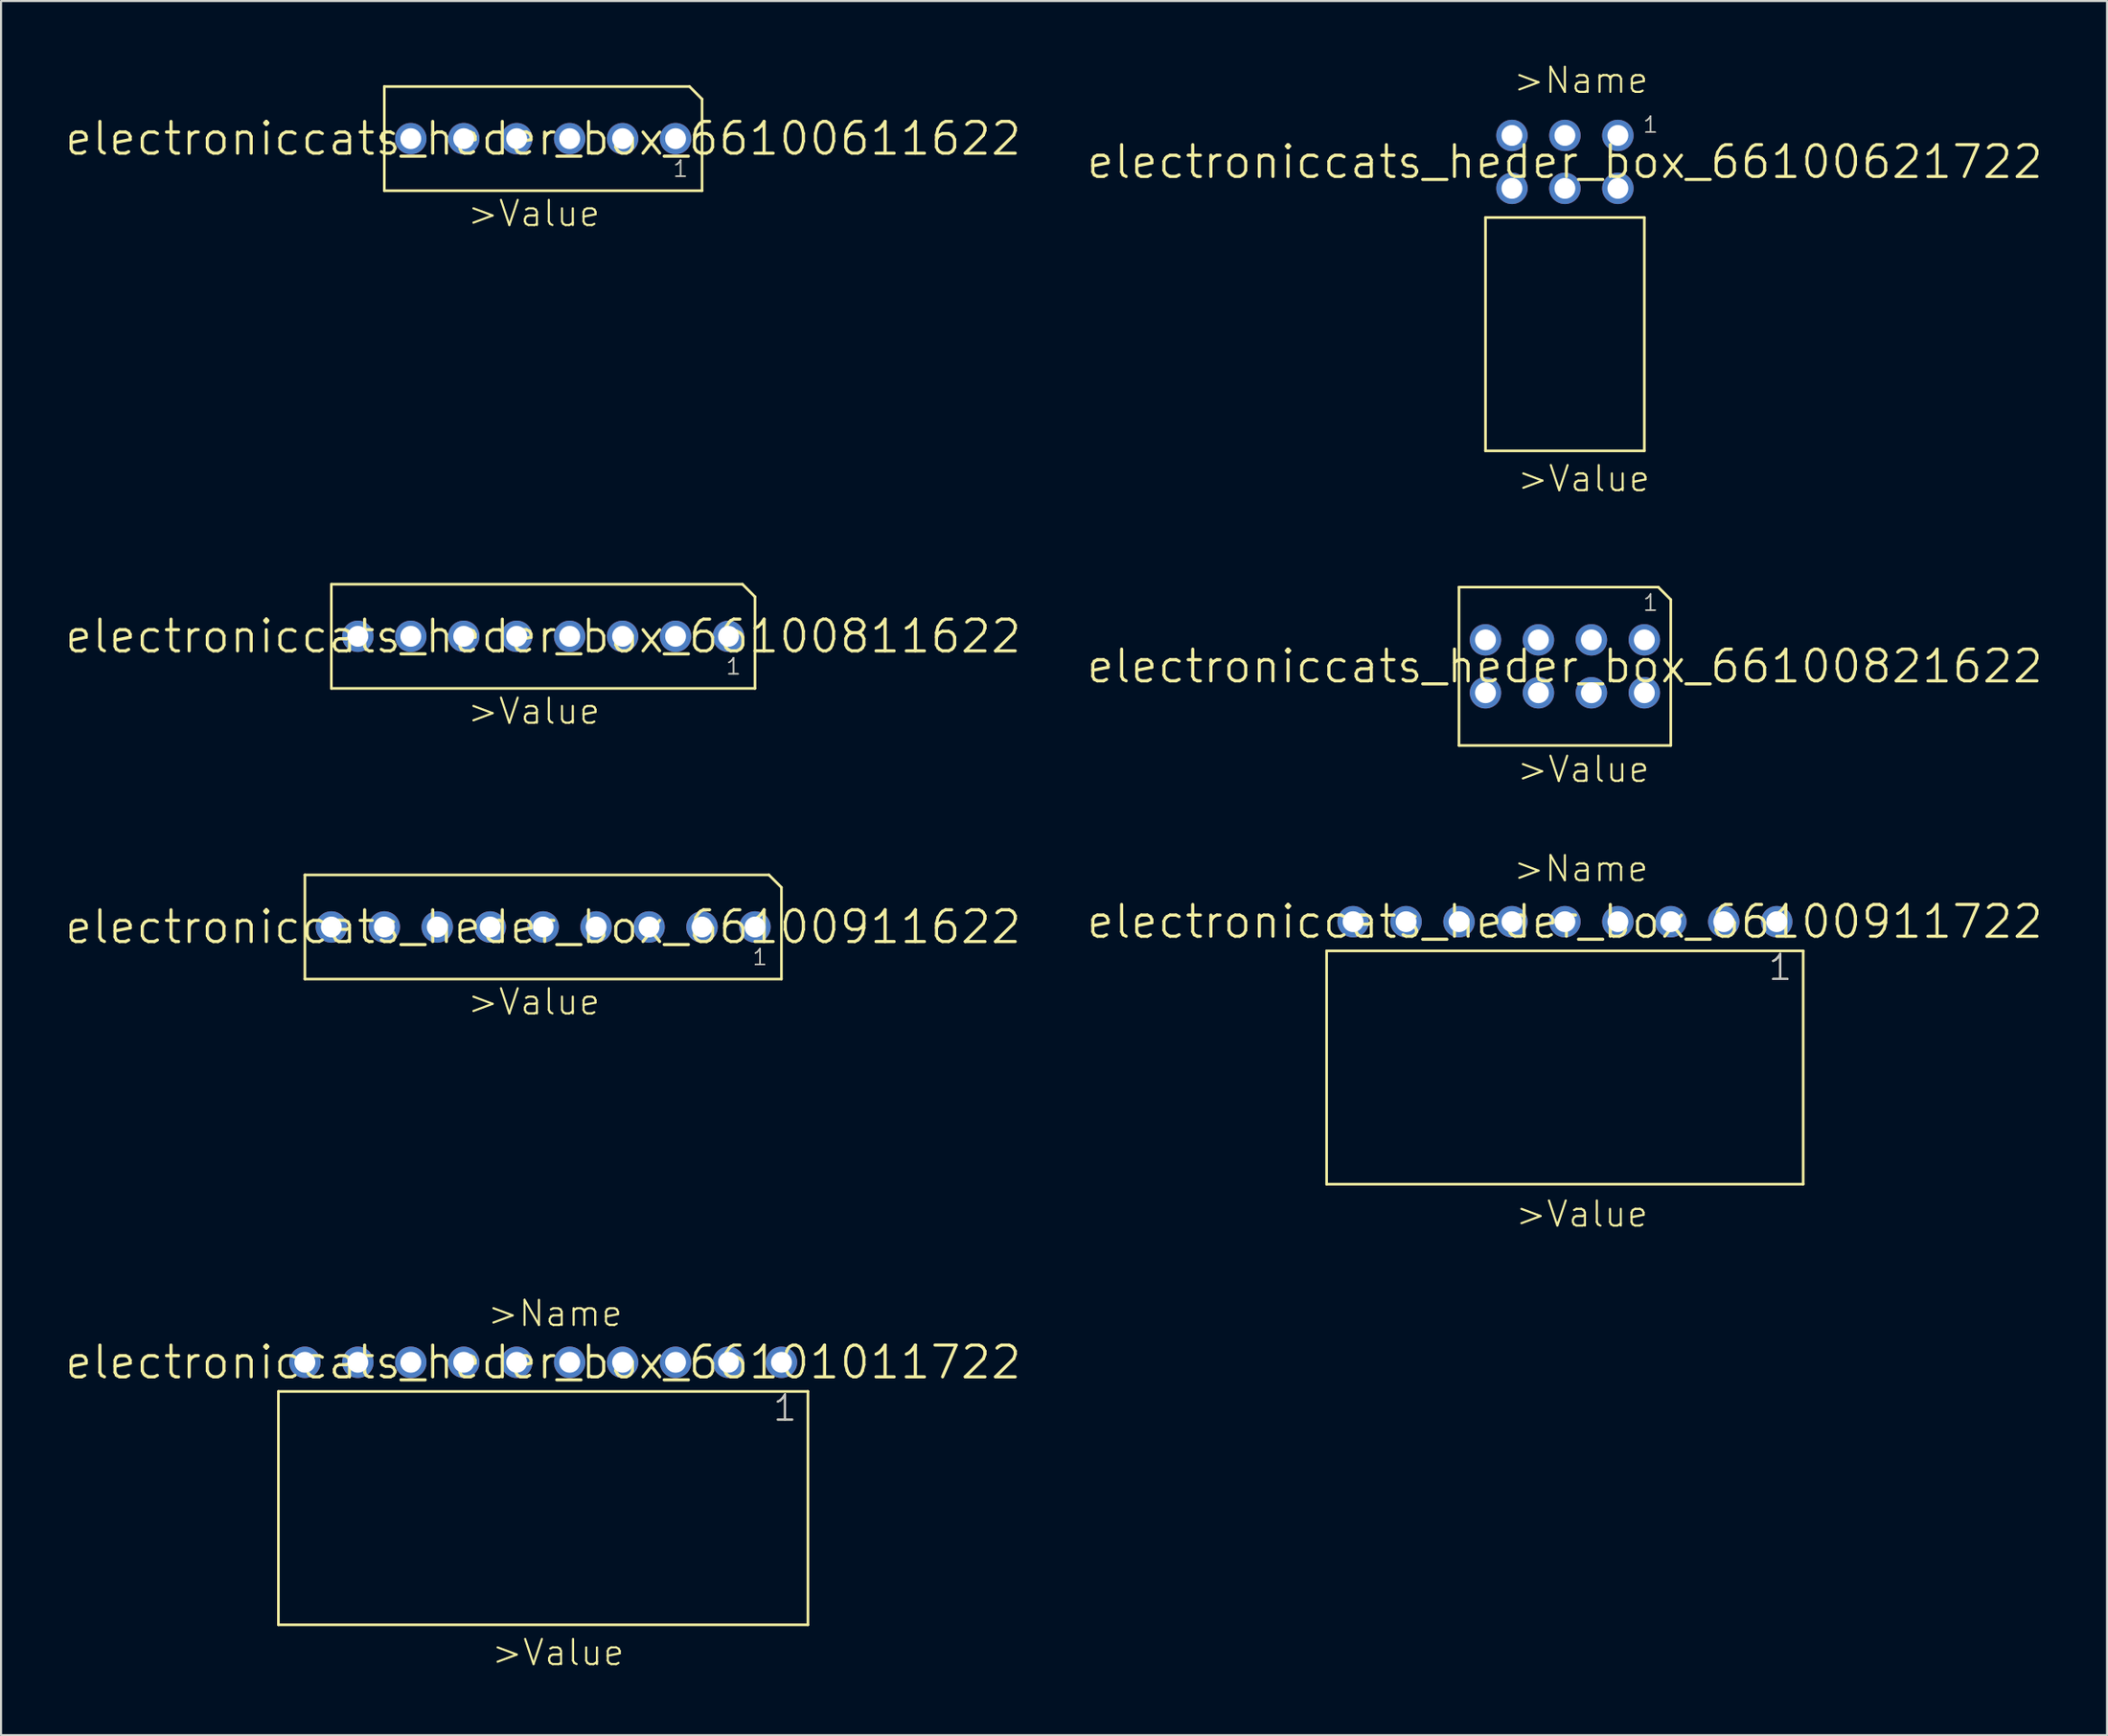
<source format=kicad_pcb>
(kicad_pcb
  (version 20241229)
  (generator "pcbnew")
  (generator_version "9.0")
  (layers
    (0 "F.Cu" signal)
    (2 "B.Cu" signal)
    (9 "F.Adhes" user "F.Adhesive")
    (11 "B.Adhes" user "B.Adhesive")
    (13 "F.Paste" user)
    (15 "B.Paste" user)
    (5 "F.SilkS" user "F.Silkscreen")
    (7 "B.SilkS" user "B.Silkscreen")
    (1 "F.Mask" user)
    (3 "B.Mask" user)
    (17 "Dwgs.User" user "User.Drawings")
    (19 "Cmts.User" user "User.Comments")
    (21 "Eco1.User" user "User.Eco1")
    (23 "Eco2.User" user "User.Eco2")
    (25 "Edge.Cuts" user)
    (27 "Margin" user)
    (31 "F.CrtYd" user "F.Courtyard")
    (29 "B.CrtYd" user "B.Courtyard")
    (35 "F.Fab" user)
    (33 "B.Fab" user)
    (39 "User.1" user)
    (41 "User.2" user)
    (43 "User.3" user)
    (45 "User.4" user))
  (footprint "electroniccats_heder_box_66100621722"
    (layer "F.Cu")
    (at 72.016 4.721)
    (property "Reference" "electroniccats_heder_box_66100621722" (at 0 0 0) (layer "F.SilkS") (effects (font (size 1.524 1.524) (thickness 0.15))))
    (attr through_hole)
    (fp_line (start -3.81 2.67) (end -3.81 13.87) (stroke (width 0.127) (type solid)) (layer "F.SilkS"))
    (fp_line (start -3.81 2.67) (end 3.81 2.67) (stroke (width 0.127) (type solid)) (layer "F.SilkS"))
    (fp_line (start -3.81 13.87) (end 3.81 13.87) (stroke (width 0.127) (type solid)) (layer "F.SilkS"))
    (fp_line (start 3.81 2.67) (end 3.81 13.87) (stroke (width 0.127) (type solid)) (layer "F.SilkS"))
    (fp_text user ">Name" (at -2.54 -3.21 0) (layer "F.SilkS") (effects (font (size 1.206 1.206) (thickness 0.102)) (justify left bottom)))
    (fp_text user ">Value" (at -2.35 15.91 0) (layer "F.SilkS") (effects (font (size 1.206 1.206) (thickness 0.102)) (justify left bottom)))
    (fp_text user "1" (at 3.7 -1.33 0) (layer "F.SilkS") (effects (font (size 0.772 0.772) (thickness 0.065)) (justify left bottom)))
    (fp_text user "1" (at 3.7 -1.33 0) (layer "Dwgs.User") (effects (font (size 0.772 0.772) (thickness 0.065)) (justify left bottom)))
    (pad "1" thru_hole circle (at 2.54 -1.27 180) (size 1.508 1.508) (drill 1) (layers "*.Cu" "*.Mask"))
    (pad "2" thru_hole circle (at 0 -1.27 180) (size 1.508 1.508) (drill 1) (layers "*.Cu" "*.Mask"))
    (pad "3" thru_hole circle (at -2.54 -1.27 180) (size 1.508 1.508) (drill 1) (layers "*.Cu" "*.Mask"))
    (pad "4" thru_hole circle (at -2.54 1.27 180) (size 1.508 1.508) (drill 1) (layers "*.Cu" "*.Mask"))
    (pad "5" thru_hole circle (at 0 1.27 180) (size 1.508 1.508) (drill 1) (layers "*.Cu" "*.Mask"))
    (pad "6" thru_hole circle (at 2.54 1.27 180) (size 1.508 1.508) (drill 1) (layers "*.Cu" "*.Mask")))
  (footprint "electroniccats_heder_box_66101011722"
    (layer "F.Cu")
    (at 23.005 62.339)
    (property "Reference" "electroniccats_heder_box_66101011722" (at 0 0 0) (layer "F.SilkS") (effects (font (size 1.524 1.524) (thickness 0.15))))
    (attr through_hole)
    (fp_line (start -12.7 1.4) (end -12.7 12.6) (stroke (width 0.127) (type solid)) (layer "F.SilkS"))
    (fp_line (start -12.7 1.4) (end 12.7 1.4) (stroke (width 0.127) (type solid)) (layer "F.SilkS"))
    (fp_line (start -12.7 12.6) (end 12.7 12.6) (stroke (width 0.127) (type solid)) (layer "F.SilkS"))
    (fp_line (start 12.7 1.4) (end 12.7 12.6) (stroke (width 0.127) (type solid)) (layer "F.SilkS"))
    (fp_text user "1" (at 10.96 2.9 0) (layer "F.SilkS") (effects (font (size 1.206 1.206) (thickness 0.102)) (justify left bottom)))
    (fp_text user ">Value" (at -2.54 14.64 0) (layer "F.SilkS") (effects (font (size 1.206 1.206) (thickness 0.102)) (justify left bottom)))
    (fp_text user ">Name" (at -2.74 -1.64 0) (layer "F.SilkS") (effects (font (size 1.206 1.206) (thickness 0.102)) (justify left bottom)))
    (fp_text user "1" (at 10.96 2.9 0) (layer "Dwgs.User") (effects (font (size 1.206 1.206) (thickness 0.102)) (justify left bottom)))
    (pad "1" thru_hole circle (at 11.43 0 180) (size 1.508 1.508) (drill 1) (layers "*.Cu" "*.Mask"))
    (pad "2" thru_hole circle (at 8.89 0 180) (size 1.508 1.508) (drill 1) (layers "*.Cu" "*.Mask"))
    (pad "3" thru_hole circle (at 6.35 0 180) (size 1.508 1.508) (drill 1) (layers "*.Cu" "*.Mask"))
    (pad "4" thru_hole circle (at 3.81 0 180) (size 1.508 1.508) (drill 1) (layers "*.Cu" "*.Mask"))
    (pad "5" thru_hole circle (at 1.27 0 180) (size 1.508 1.508) (drill 1) (layers "*.Cu" "*.Mask"))
    (pad "6" thru_hole circle (at -1.27 0 180) (size 1.508 1.508) (drill 1) (layers "*.Cu" "*.Mask"))
    (pad "7" thru_hole circle (at -3.81 0 180) (size 1.508 1.508) (drill 1) (layers "*.Cu" "*.Mask"))
    (pad "8" thru_hole circle (at -6.35 0 180) (size 1.508 1.508) (drill 1) (layers "*.Cu" "*.Mask"))
    (pad "9" thru_hole circle (at -8.89 0 180) (size 1.508 1.508) (drill 1) (layers "*.Cu" "*.Mask"))
    (pad "10" thru_hole circle (at -11.43 0 180) (size 1.508 1.508) (drill 1) (layers "*.Cu" "*.Mask")))
  (footprint "electroniccats_heder_box_66100911722"
    (layer "F.Cu")
    (at 72.016 41.191)
    (property "Reference" "electroniccats_heder_box_66100911722" (at 0 0 0) (layer "F.SilkS") (effects (font (size 1.524 1.524) (thickness 0.15))))
    (attr through_hole)
    (fp_line (start -11.43 1.4) (end -11.43 12.6) (stroke (width 0.127) (type solid)) (layer "F.SilkS"))
    (fp_line (start -11.43 1.4) (end 11.43 1.4) (stroke (width 0.127) (type solid)) (layer "F.SilkS"))
    (fp_line (start -11.43 12.6) (end 11.43 12.6) (stroke (width 0.127) (type solid)) (layer "F.SilkS"))
    (fp_line (start 11.43 1.4) (end 11.43 12.6) (stroke (width 0.127) (type solid)) (layer "F.SilkS"))
    (fp_text user "1" (at 9.69 2.9 0) (layer "F.SilkS") (effects (font (size 1.206 1.206) (thickness 0.102)) (justify left bottom)))
    (fp_text user ">Name" (at -2.54 -1.84 0) (layer "F.SilkS") (effects (font (size 1.206 1.206) (thickness 0.102)) (justify left bottom)))
    (fp_text user ">Value" (at -2.44 14.74 0) (layer "F.SilkS") (effects (font (size 1.206 1.206) (thickness 0.102)) (justify left bottom)))
    (fp_text user "1" (at 9.69 2.9 0) (layer "Dwgs.User") (effects (font (size 1.206 1.206) (thickness 0.102)) (justify left bottom)))
    (pad "1" thru_hole circle (at 10.16 0 180) (size 1.508 1.508) (drill 1) (layers "*.Cu" "*.Mask"))
    (pad "2" thru_hole circle (at 7.62 0 180) (size 1.508 1.508) (drill 1) (layers "*.Cu" "*.Mask"))
    (pad "3" thru_hole circle (at 5.08 0 180) (size 1.508 1.508) (drill 1) (layers "*.Cu" "*.Mask"))
    (pad "4" thru_hole circle (at 2.54 0 180) (size 1.508 1.508) (drill 1) (layers "*.Cu" "*.Mask"))
    (pad "5" thru_hole circle (at 0 0 180) (size 1.508 1.508) (drill 1) (layers "*.Cu" "*.Mask"))
    (pad "6" thru_hole circle (at -2.54 0 180) (size 1.508 1.508) (drill 1) (layers "*.Cu" "*.Mask"))
    (pad "7" thru_hole circle (at -5.08 0 180) (size 1.508 1.508) (drill 1) (layers "*.Cu" "*.Mask"))
    (pad "8" thru_hole circle (at -7.62 0 180) (size 1.508 1.508) (drill 1) (layers "*.Cu" "*.Mask"))
    (pad "9" thru_hole circle (at -10.16 0 180) (size 1.508 1.508) (drill 1) (layers "*.Cu" "*.Mask")))
  (footprint "electroniccats_heder_box_66100611622"
    (layer "F.Cu")
    (at 23.005 3.605)
    (property "Reference" "electroniccats_heder_box_66100611622" (at 0 0 0) (layer "F.SilkS") (effects (font (size 1.524 1.524) (thickness 0.15))))
    (attr through_hole)
    (fp_line (start -7.62 -2.5) (end -7.62 2.5) (stroke (width 0.127) (type solid)) (layer "F.SilkS"))
    (fp_line (start -7.62 -2.5) (end 7.02 -2.5) (stroke (width 0.127) (type solid)) (layer "F.SilkS"))
    (fp_line (start -7.62 2.5) (end 7.62 2.5) (stroke (width 0.127) (type solid)) (layer "F.SilkS"))
    (fp_line (start 7.02 -2.5) (end 7.62 -1.9) (stroke (width 0.127) (type solid)) (layer "F.SilkS"))
    (fp_line (start 7.62 -1.9) (end 7.62 2.5) (stroke (width 0.127) (type solid)) (layer "F.SilkS"))
    (fp_text user "" (at -3.8 -3.3 0) (layer "F.SilkS") (effects (font (size 1.206 1.206) (thickness 0.102)) (justify left bottom)))
    (fp_text user "1" (at 6.18 1.9 0) (layer "F.SilkS") (effects (font (size 0.772 0.772) (thickness 0.065)) (justify left bottom)))
    (fp_text user ">Value" (at -3.7 4.3 0) (layer "F.SilkS") (effects (font (size 1.206 1.206) (thickness 0.102)) (justify left bottom)))
    (fp_text user "1" (at 6.18 1.9 0) (layer "Dwgs.User") (effects (font (size 0.772 0.772) (thickness 0.065)) (justify left bottom)))
    (pad "1" thru_hole circle (at 6.35 0 180) (size 1.508 1.508) (drill 1) (layers "*.Cu" "*.Mask"))
    (pad "2" thru_hole circle (at 3.81 0 180) (size 1.508 1.508) (drill 1) (layers "*.Cu" "*.Mask"))
    (pad "3" thru_hole circle (at 1.27 0 180) (size 1.508 1.508) (drill 1) (layers "*.Cu" "*.Mask"))
    (pad "4" thru_hole circle (at -1.27 0 180) (size 1.508 1.508) (drill 1) (layers "*.Cu" "*.Mask"))
    (pad "5" thru_hole circle (at -3.81 0 180) (size 1.508 1.508) (drill 1) (layers "*.Cu" "*.Mask"))
    (pad "6" thru_hole circle (at -6.35 0 180) (size 1.508 1.508) (drill 1) (layers "*.Cu" "*.Mask")))
  (footprint "electroniccats_heder_box_66100811622"
    (layer "F.Cu")
    (at 23.005 27.493)
    (property "Reference" "electroniccats_heder_box_66100811622" (at 0 0 0) (layer "F.SilkS") (effects (font (size 1.524 1.524) (thickness 0.15))))
    (attr through_hole)
    (fp_line (start -10.16 -2.5) (end -10.16 2.5) (stroke (width 0.127) (type solid)) (layer "F.SilkS"))
    (fp_line (start -10.16 -2.5) (end 9.56 -2.5) (stroke (width 0.127) (type solid)) (layer "F.SilkS"))
    (fp_line (start -10.16 2.5) (end 10.16 2.5) (stroke (width 0.127) (type solid)) (layer "F.SilkS"))
    (fp_line (start 9.56 -2.5) (end 10.16 -1.9) (stroke (width 0.127) (type solid)) (layer "F.SilkS"))
    (fp_line (start 10.16 -1.9) (end 10.16 2.5) (stroke (width 0.127) (type solid)) (layer "F.SilkS"))
    (fp_text user "1" (at 8.72 1.9 0) (layer "F.SilkS") (effects (font (size 0.772 0.772) (thickness 0.065)) (justify left bottom)))
    (fp_text user ">Value" (at -3.7 4.3 0) (layer "F.SilkS") (effects (font (size 1.206 1.206) (thickness 0.102)) (justify left bottom)))
    (fp_text user "" (at -3.8 -3.3 0) (layer "F.SilkS") (effects (font (size 1.206 1.206) (thickness 0.102)) (justify left bottom)))
    (fp_text user "1" (at 8.72 1.9 0) (layer "Dwgs.User") (effects (font (size 0.772 0.772) (thickness 0.065)) (justify left bottom)))
    (pad "1" thru_hole circle (at 8.89 0 180) (size 1.508 1.508) (drill 1) (layers "*.Cu" "*.Mask"))
    (pad "2" thru_hole circle (at 6.35 0 180) (size 1.508 1.508) (drill 1) (layers "*.Cu" "*.Mask"))
    (pad "3" thru_hole circle (at 3.81 0 180) (size 1.508 1.508) (drill 1) (layers "*.Cu" "*.Mask"))
    (pad "4" thru_hole circle (at 1.27 0 180) (size 1.508 1.508) (drill 1) (layers "*.Cu" "*.Mask"))
    (pad "5" thru_hole circle (at -1.27 0 180) (size 1.508 1.508) (drill 1) (layers "*.Cu" "*.Mask"))
    (pad "6" thru_hole circle (at -3.81 0 180) (size 1.508 1.508) (drill 1) (layers "*.Cu" "*.Mask"))
    (pad "7" thru_hole circle (at -6.35 0 180) (size 1.508 1.508) (drill 1) (layers "*.Cu" "*.Mask"))
    (pad "8" thru_hole circle (at -8.89 0 180) (size 1.508 1.508) (drill 1) (layers "*.Cu" "*.Mask")))
  (footprint "electroniccats_heder_box_66100911622"
    (layer "F.Cu")
    (at 23.005 41.445)
    (property "Reference" "electroniccats_heder_box_66100911622" (at 0 0 0) (layer "F.SilkS") (effects (font (size 1.524 1.524) (thickness 0.15))))
    (attr through_hole)
    (fp_line (start -11.43 -2.5) (end -11.43 2.5) (stroke (width 0.127) (type solid)) (layer "F.SilkS"))
    (fp_line (start -11.43 -2.5) (end 10.83 -2.5) (stroke (width 0.127) (type solid)) (layer "F.SilkS"))
    (fp_line (start -11.43 2.5) (end 11.43 2.5) (stroke (width 0.127) (type solid)) (layer "F.SilkS"))
    (fp_line (start 10.83 -2.5) (end 11.43 -1.9) (stroke (width 0.127) (type solid)) (layer "F.SilkS"))
    (fp_line (start 11.43 -1.9) (end 11.43 2.5) (stroke (width 0.127) (type solid)) (layer "F.SilkS"))
    (fp_text user ">Value" (at -3.7 4.3 0) (layer "F.SilkS") (effects (font (size 1.206 1.206) (thickness 0.102)) (justify left bottom)))
    (fp_text user "1" (at 9.99 1.9 0) (layer "F.SilkS") (effects (font (size 0.772 0.772) (thickness 0.065)) (justify left bottom)))
    (fp_text user "" (at -3.8 -3.3 0) (layer "F.SilkS") (effects (font (size 1.206 1.206) (thickness 0.102)) (justify left bottom)))
    (fp_text user "1" (at 9.99 1.9 0) (layer "Dwgs.User") (effects (font (size 0.772 0.772) (thickness 0.065)) (justify left bottom)))
    (pad "1" thru_hole circle (at 10.16 0 180) (size 1.508 1.508) (drill 1) (layers "*.Cu" "*.Mask"))
    (pad "2" thru_hole circle (at 7.62 0 180) (size 1.508 1.508) (drill 1) (layers "*.Cu" "*.Mask"))
    (pad "3" thru_hole circle (at 5.08 0 180) (size 1.508 1.508) (drill 1) (layers "*.Cu" "*.Mask"))
    (pad "4" thru_hole circle (at 2.54 0 180) (size 1.508 1.508) (drill 1) (layers "*.Cu" "*.Mask"))
    (pad "5" thru_hole circle (at 0 0 180) (size 1.508 1.508) (drill 1) (layers "*.Cu" "*.Mask"))
    (pad "6" thru_hole circle (at -2.54 0 180) (size 1.508 1.508) (drill 1) (layers "*.Cu" "*.Mask"))
    (pad "7" thru_hole circle (at -5.08 0 180) (size 1.508 1.508) (drill 1) (layers "*.Cu" "*.Mask"))
    (pad "8" thru_hole circle (at -7.62 0 180) (size 1.508 1.508) (drill 1) (layers "*.Cu" "*.Mask"))
    (pad "9" thru_hole circle (at -10.16 0 180) (size 1.508 1.508) (drill 1) (layers "*.Cu" "*.Mask")))
  (footprint "electroniccats_heder_box_66100821622"
    (layer "F.Cu")
    (at 72.016 28.933)
    (property "Reference" "electroniccats_heder_box_66100821622" (at 0 0 0) (layer "F.SilkS") (effects (font (size 1.524 1.524) (thickness 0.15))))
    (attr through_hole)
    (fp_line (start -5.08 -3.8) (end -5.08 3.8) (stroke (width 0.127) (type solid)) (layer "F.SilkS"))
    (fp_line (start -5.08 -3.8) (end 4.48 -3.8) (stroke (width 0.127) (type solid)) (layer "F.SilkS"))
    (fp_line (start -5.08 3.8) (end 5.08 3.8) (stroke (width 0.127) (type solid)) (layer "F.SilkS"))
    (fp_line (start 4.48 -3.8) (end 5.08 -3.2) (stroke (width 0.127) (type solid)) (layer "F.SilkS"))
    (fp_line (start 5.08 -3.2) (end 5.08 3.8) (stroke (width 0.127) (type solid)) (layer "F.SilkS"))
    (fp_text user ">Value" (at -2.37 5.65 0) (layer "F.SilkS") (effects (font (size 1.206 1.206) (thickness 0.102)) (justify left bottom)))
    (fp_text user "1" (at 3.7 -2.6 0) (layer "F.SilkS") (effects (font (size 0.772 0.772) (thickness 0.065)) (justify left bottom)))
    (fp_text user "" (at -2.79 -4.74 0) (layer "F.SilkS") (effects (font (size 1.206 1.206) (thickness 0.102)) (justify left bottom)))
    (fp_text user "1" (at 3.7 -2.6 0) (layer "Dwgs.User") (effects (font (size 0.772 0.772) (thickness 0.065)) (justify left bottom)))
    (pad "1" thru_hole circle (at 3.81 -1.27 180) (size 1.508 1.508) (drill 1) (layers "*.Cu" "*.Mask"))
    (pad "2" thru_hole circle (at 1.27 -1.27 180) (size 1.508 1.508) (drill 1) (layers "*.Cu" "*.Mask"))
    (pad "3" thru_hole circle (at -1.27 -1.27 180) (size 1.508 1.508) (drill 1) (layers "*.Cu" "*.Mask"))
    (pad "4" thru_hole circle (at -3.81 -1.27 180) (size 1.508 1.508) (drill 1) (layers "*.Cu" "*.Mask"))
    (pad "5" thru_hole circle (at -3.81 1.27 180) (size 1.508 1.508) (drill 1) (layers "*.Cu" "*.Mask"))
    (pad "6" thru_hole circle (at -1.27 1.27 180) (size 1.508 1.508) (drill 1) (layers "*.Cu" "*.Mask"))
    (pad "7" thru_hole circle (at 1.27 1.27 180) (size 1.508 1.508) (drill 1) (layers "*.Cu" "*.Mask"))
    (pad "8" thru_hole circle (at 3.81 1.27 180) (size 1.508 1.508) (drill 1) (layers "*.Cu" "*.Mask")))
  (gr_rect
    (start -3 -3)
    (end 98.021 80.236)
    (stroke (width 0.1) (type default))
    (fill no)
    (layer "Edge.Cuts")))
</source>
